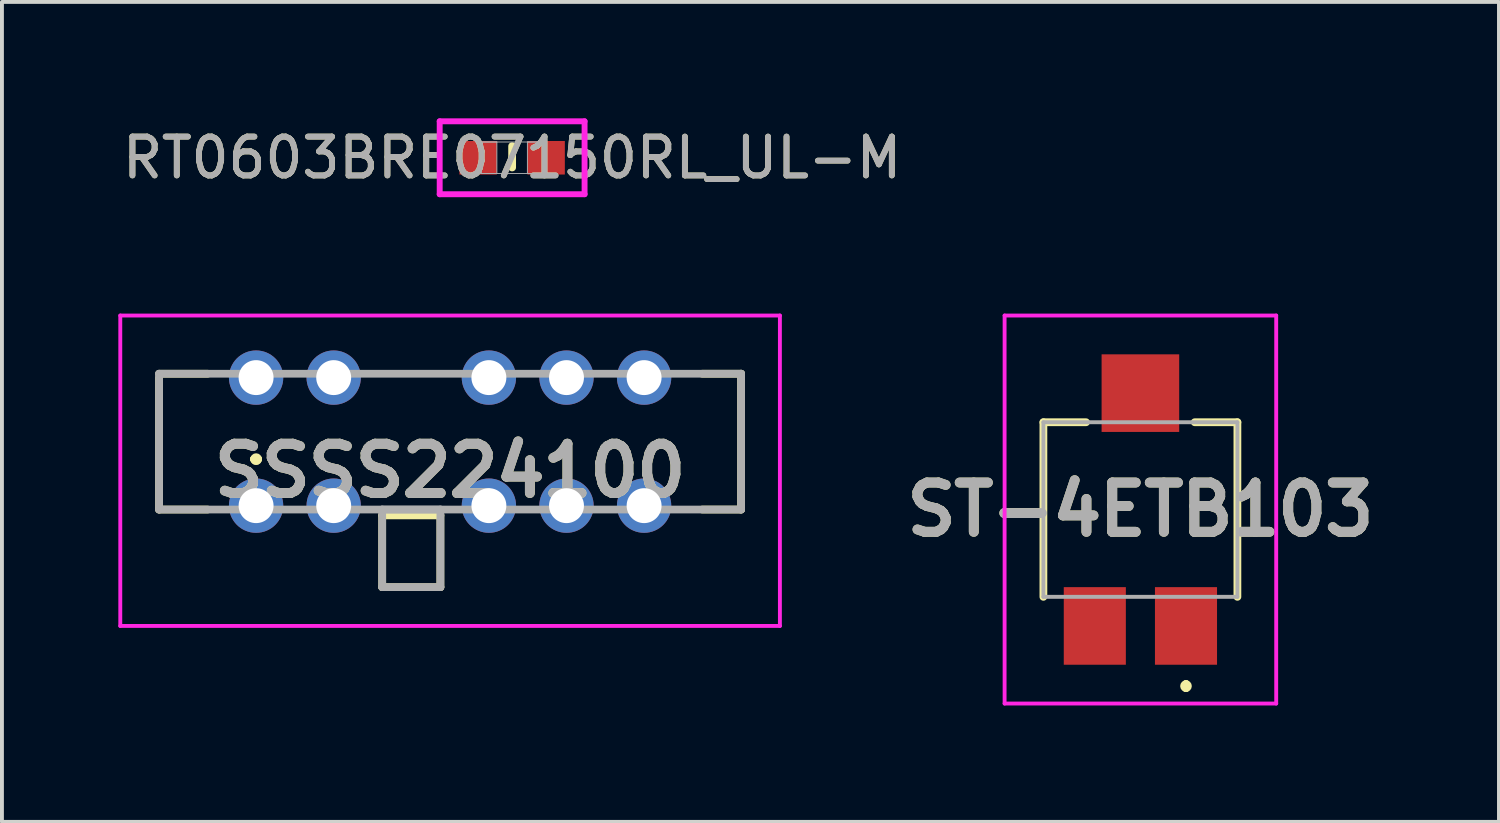
<source format=kicad_pcb>
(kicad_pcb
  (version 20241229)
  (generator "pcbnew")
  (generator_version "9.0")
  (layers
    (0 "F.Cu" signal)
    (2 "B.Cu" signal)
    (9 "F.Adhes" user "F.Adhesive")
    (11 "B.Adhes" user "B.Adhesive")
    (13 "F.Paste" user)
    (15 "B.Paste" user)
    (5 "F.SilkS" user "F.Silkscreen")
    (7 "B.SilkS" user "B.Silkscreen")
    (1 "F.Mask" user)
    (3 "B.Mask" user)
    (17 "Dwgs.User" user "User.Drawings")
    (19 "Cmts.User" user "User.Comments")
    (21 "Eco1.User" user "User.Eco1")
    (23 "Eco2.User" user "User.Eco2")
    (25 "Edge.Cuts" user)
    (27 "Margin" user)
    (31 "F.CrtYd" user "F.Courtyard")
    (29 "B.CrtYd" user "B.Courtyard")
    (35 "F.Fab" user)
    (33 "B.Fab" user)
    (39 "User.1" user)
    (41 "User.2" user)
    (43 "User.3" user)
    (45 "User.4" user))
  (footprint "SSSS224100"
    (layer "F.Cu")
    (at 8.55 10.082)
    (property "Reference" "SSSS224100" (at 0 -1 0) (layer "F.SilkS") (effects (font (size 1.27 1.27) (thickness 0.254))))
    (attr through_hole)
    (fp_line (start -7.5 -3.5) (end -7.5 -3.5) (stroke (width 0.1) (type solid)) (layer "F.SilkS"))
    (fp_line (start -7.5 -3.5) (end -6.25 -3.5) (stroke (width 0.2) (type solid)) (layer "F.SilkS"))
    (fp_line (start -7.5 -3.4) (end -7.5 -3.4) (stroke (width 0.1) (type solid)) (layer "F.SilkS"))
    (fp_line (start -7.5 -3.4) (end -7.5 0) (stroke (width 0.2) (type solid)) (layer "F.SilkS"))
    (fp_line (start -7.5 0) (end -7.5 -3.4) (stroke (width 0.1) (type solid)) (layer "F.SilkS"))
    (fp_line (start -7.5 0) (end -7.5 0) (stroke (width 0.1) (type solid)) (layer "F.SilkS"))
    (fp_line (start -7.5 0) (end -7.5 0) (stroke (width 0.1) (type solid)) (layer "F.SilkS"))
    (fp_line (start -7.5 0) (end -6.25 0) (stroke (width 0.2) (type solid)) (layer "F.SilkS"))
    (fp_line (start -6.25 -3.5) (end -7.5 -3.5) (stroke (width 0.1) (type solid)) (layer "F.SilkS"))
    (fp_line (start -6.25 -3.5) (end -6.25 -3.5) (stroke (width 0.1) (type solid)) (layer "F.SilkS"))
    (fp_line (start -6.25 0) (end -7.5 0) (stroke (width 0.1) (type solid)) (layer "F.SilkS"))
    (fp_line (start -6.25 0) (end -6.25 0) (stroke (width 0.1) (type solid)) (layer "F.SilkS"))
    (fp_line (start -5.05 -1.3) (end -5.05 -1.3) (stroke (width 0.2) (type solid)) (layer "F.SilkS"))
    (fp_line (start -5.05 -1.3) (end -5.05 -1.3) (stroke (width 0.2) (type solid)) (layer "F.SilkS"))
    (fp_line (start -4.95 -1.3) (end -4.95 -1.3) (stroke (width 0.2) (type solid)) (layer "F.SilkS"))
    (fp_line (start -1.75 0.15) (end -0.25 0.15) (stroke (width 0.2) (type solid)) (layer "F.SilkS"))
    (fp_line (start -1.75 2) (end -1.75 0.15) (stroke (width 0.2) (type solid)) (layer "F.SilkS"))
    (fp_line (start -0.25 0.15) (end -0.25 2) (stroke (width 0.2) (type solid)) (layer "F.SilkS"))
    (fp_line (start -0.25 2) (end -1.75 2) (stroke (width 0.2) (type solid)) (layer "F.SilkS"))
    (fp_line (start 6.5 -3.5) (end 6.5 -3.5) (stroke (width 0.1) (type solid)) (layer "F.SilkS"))
    (fp_line (start 6.5 -3.5) (end 7.5 -3.5) (stroke (width 0.2) (type solid)) (layer "F.SilkS"))
    (fp_line (start 6.5 0) (end 6.5 0) (stroke (width 0.1) (type solid)) (layer "F.SilkS"))
    (fp_line (start 6.5 0) (end 7.5 0) (stroke (width 0.2) (type solid)) (layer "F.SilkS"))
    (fp_line (start 7.5 -3.5) (end 6.5 -3.5) (stroke (width 0.1) (type solid)) (layer "F.SilkS"))
    (fp_line (start 7.5 -3.5) (end 7.5 -3.5) (stroke (width 0.1) (type solid)) (layer "F.SilkS"))
    (fp_line (start 7.5 -3.5) (end 7.5 -3.5) (stroke (width 0.1) (type solid)) (layer "F.SilkS"))
    (fp_line (start 7.5 -3.5) (end 7.5 0) (stroke (width 0.2) (type solid)) (layer "F.SilkS"))
    (fp_line (start 7.5 0) (end 6.5 0) (stroke (width 0.1) (type solid)) (layer "F.SilkS"))
    (fp_line (start 7.5 0) (end 7.5 -3.5) (stroke (width 0.1) (type solid)) (layer "F.SilkS"))
    (fp_line (start 7.5 0) (end 7.5 0) (stroke (width 0.1) (type solid)) (layer "F.SilkS"))
    (fp_line (start 7.5 0) (end 7.5 0) (stroke (width 0.1) (type solid)) (layer "F.SilkS"))
    (fp_arc (start -5.05 -1.3) (mid -5 -1.35) (end -4.95 -1.3) (stroke (width 0.2) (type solid)) (layer "F.SilkS"))
    (fp_arc (start -4.95 -1.3) (mid -5 -1.25) (end -5.05 -1.3) (stroke (width 0.2) (type solid)) (layer "F.SilkS"))
    (fp_arc (start -4.95 -1.3) (mid -5 -1.25) (end -5.05 -1.3) (stroke (width 0.2) (type solid)) (layer "F.SilkS"))
    (fp_line (start -8.5 -5) (end 8.5 -5) (stroke (width 0.1) (type solid)) (layer "F.CrtYd"))
    (fp_line (start -8.5 3) (end -8.5 -5) (stroke (width 0.1) (type solid)) (layer "F.CrtYd"))
    (fp_line (start 8.5 -5) (end 8.5 3) (stroke (width 0.1) (type solid)) (layer "F.CrtYd"))
    (fp_line (start 8.5 3) (end -8.5 3) (stroke (width 0.1) (type solid)) (layer "F.CrtYd"))
    (fp_line (start -7.5 -3.5) (end 7.5 -3.5) (stroke (width 0.2) (type solid)) (layer "F.Fab"))
    (fp_line (start -7.5 0) (end -7.5 -3.5) (stroke (width 0.2) (type solid)) (layer "F.Fab"))
    (fp_line (start -1.75 0) (end -0.25 0) (stroke (width 0.2) (type solid)) (layer "F.Fab"))
    (fp_line (start -1.75 2) (end -1.75 0) (stroke (width 0.2) (type solid)) (layer "F.Fab"))
    (fp_line (start -0.25 0) (end -0.25 2) (stroke (width 0.2) (type solid)) (layer "F.Fab"))
    (fp_line (start -0.25 2) (end -1.75 2) (stroke (width 0.2) (type solid)) (layer "F.Fab"))
    (fp_line (start 7.5 -3.5) (end 7.5 0) (stroke (width 0.2) (type solid)) (layer "F.Fab"))
    (fp_line (start 7.5 0) (end -7.5 0) (stroke (width 0.2) (type solid)) (layer "F.Fab"))
    (fp_text user "${REFERENCE}" (at 0 -1 0) (layer "F.Fab") (effects (font (size 1.27 1.27) (thickness 0.254))))
    (pad "1" thru_hole circle (at -5 -0.1) (size 1.4 1.4) (drill 0.9) (layers "*.Cu" "*.Mask"))
    (pad "2" thru_hole circle (at -3 -0.1) (size 1.4 1.4) (drill 0.9) (layers "*.Cu" "*.Mask"))
    (pad "3" thru_hole circle (at 1 -0.1) (size 1.4 1.4) (drill 0.9) (layers "*.Cu" "*.Mask"))
    (pad "4" thru_hole circle (at 3 -0.1) (size 1.4 1.4) (drill 0.9) (layers "*.Cu" "*.Mask"))
    (pad "5" thru_hole circle (at 5 -0.1) (size 1.4 1.4) (drill 0.9) (layers "*.Cu" "*.Mask"))
    (pad "6" thru_hole circle (at 5 -3.4) (size 1.4 1.4) (drill 0.9) (layers "*.Cu" "*.Mask"))
    (pad "7" thru_hole circle (at 3 -3.4) (size 1.4 1.4) (drill 0.9) (layers "*.Cu" "*.Mask"))
    (pad "8" thru_hole circle (at 1 -3.4) (size 1.4 1.4) (drill 0.9) (layers "*.Cu" "*.Mask"))
    (pad "9" thru_hole circle (at -3 -3.4) (size 1.4 1.4) (drill 0.9) (layers "*.Cu" "*.Mask"))
    (pad "10" thru_hole circle (at -5 -3.4) (size 1.4 1.4) (drill 0.9) (layers "*.Cu" "*.Mask")))
  (footprint "ST-4ETB103"
    (layer "F.Cu")
    (at 26.341 10.082)
    (property "Reference" "ST-4ETB103" (at 0 0 0) (layer "F.SilkS") (effects (font (size 1.27 1.27) (thickness 0.254))))
    (attr smd)
    (fp_line (start -2.5 -2.25) (end -2.5 2.25) (stroke (width 0.2) (type solid)) (layer "F.SilkS"))
    (fp_line (start -1.4 -2.25) (end -2.5 -2.25) (stroke (width 0.2) (type solid)) (layer "F.SilkS"))
    (fp_line (start 1.175 4.5) (end 1.175 4.5) (stroke (width 0.2) (type solid)) (layer "F.SilkS"))
    (fp_line (start 1.175 4.5) (end 1.175 4.6) (stroke (width 0.2) (type solid)) (layer "F.SilkS"))
    (fp_line (start 1.175 4.6) (end 1.175 4.6) (stroke (width 0.2) (type solid)) (layer "F.SilkS"))
    (fp_line (start 1.4 -2.25) (end 2.5 -2.25) (stroke (width 0.2) (type solid)) (layer "F.SilkS"))
    (fp_line (start 2.5 -2.25) (end 2.5 2.25) (stroke (width 0.2) (type solid)) (layer "F.SilkS"))
    (fp_arc (start 1.175 4.5) (mid 1.225 4.55) (end 1.175 4.6) (stroke (width 0.2) (type solid)) (layer "F.SilkS"))
    (fp_arc (start 1.175 4.6) (mid 1.125 4.55) (end 1.175 4.5) (stroke (width 0.2) (type solid)) (layer "F.SilkS"))
    (fp_line (start -3.5 -5) (end -3.5 5) (stroke (width 0.1) (type solid)) (layer "F.CrtYd"))
    (fp_line (start -3.5 5) (end 3.5 5) (stroke (width 0.1) (type solid)) (layer "F.CrtYd"))
    (fp_line (start 3.5 -5) (end -3.5 -5) (stroke (width 0.1) (type solid)) (layer "F.CrtYd"))
    (fp_line (start 3.5 5) (end 3.5 -5) (stroke (width 0.1) (type solid)) (layer "F.CrtYd"))
    (fp_line (start -2.5 -2.25) (end -2.5 2.25) (stroke (width 0.1) (type solid)) (layer "F.Fab"))
    (fp_line (start -2.5 2.25) (end 2.5 2.25) (stroke (width 0.1) (type solid)) (layer "F.Fab"))
    (fp_line (start 2.5 -2.25) (end -2.5 -2.25) (stroke (width 0.1) (type solid)) (layer "F.Fab"))
    (fp_line (start 2.5 2.25) (end 2.5 -2.25) (stroke (width 0.1) (type solid)) (layer "F.Fab"))
    (fp_text user "${REFERENCE}" (at 0 0 0) (layer "F.Fab") (effects (font (size 1.27 1.27) (thickness 0.254))))
    (pad "1" smd rect (at 1.175 3) (size 1.6 2) (layers "F.Cu" "F.Mask" "F.Paste"))
    (pad "2" smd rect (at 0 -3) (size 2 2) (layers "F.Cu" "F.Mask" "F.Paste"))
    (pad "3" smd rect (at -1.175 3) (size 1.6 2) (layers "F.Cu" "F.Mask" "F.Paste")))
  (footprint "RT0603BRE07150RL_UL-M"
    (layer "F.Cu")
    (at 10.149 1.016)
    (property "Reference" "RT0603BRE07150RL_UL-M" (at 0 0 0) (unlocked yes) (layer "F.SilkS") (effects (font (size 1 1) (thickness 0.15))))
    (attr smd)
    (fp_line (start 0 -0.3) (end 0 0.25) (stroke (width 0.2) (type default)) (layer "F.SilkS"))
    (fp_line (start -1.867 -0.94) (end 1.867 -0.94) (stroke (width 0.152) (type solid)) (layer "F.CrtYd"))
    (fp_line (start -1.867 0.94) (end -1.867 -0.94) (stroke (width 0.152) (type solid)) (layer "F.CrtYd"))
    (fp_line (start 1.867 -0.94) (end 1.867 0.94) (stroke (width 0.152) (type solid)) (layer "F.CrtYd"))
    (fp_line (start 1.867 0.94) (end -1.867 0.94) (stroke (width 0.152) (type solid)) (layer "F.CrtYd"))
    (fp_line (start -0.8 -0.406) (end -0.8 0.406) (stroke (width 0.025) (type solid)) (layer "F.Fab"))
    (fp_line (start -0.8 -0.406) (end -0.8 0.406) (stroke (width 0.025) (type solid)) (layer "F.Fab"))
    (fp_line (start -0.8 0.406) (end -0.394 0.406) (stroke (width 0.025) (type solid)) (layer "F.Fab"))
    (fp_line (start -0.8 0.406) (end 0.8 0.406) (stroke (width 0.025) (type solid)) (layer "F.Fab"))
    (fp_line (start -0.394 -0.406) (end -0.8 -0.406) (stroke (width 0.025) (type solid)) (layer "F.Fab"))
    (fp_line (start -0.394 0.406) (end -0.394 -0.406) (stroke (width 0.025) (type solid)) (layer "F.Fab"))
    (fp_line (start 0.394 -0.406) (end 0.394 0.406) (stroke (width 0.025) (type solid)) (layer "F.Fab"))
    (fp_line (start 0.394 0.406) (end 0.8 0.406) (stroke (width 0.025) (type solid)) (layer "F.Fab"))
    (fp_line (start 0.8 -0.406) (end -0.8 -0.406) (stroke (width 0.025) (type solid)) (layer "F.Fab"))
    (fp_line (start 0.8 -0.406) (end 0.394 -0.406) (stroke (width 0.025) (type solid)) (layer "F.Fab"))
    (fp_line (start 0.8 0.406) (end 0.8 -0.406) (stroke (width 0.025) (type solid)) (layer "F.Fab"))
    (fp_line (start 0.8 0.406) (end 0.8 -0.406) (stroke (width 0.025) (type solid)) (layer "F.Fab"))
    (fp_text user "${REFERENCE}" (at 0 0 0) (unlocked yes) (layer "F.Fab") (effects (font (size 1 1) (thickness 0.15))))
    (pad "1" smd rect (at -0.876 0) (size 0.965 0.864) (layers "F.Cu" "F.Mask" "F.Paste"))
    (pad "2" smd rect (at 0.876 0) (size 0.965 0.864) (layers "F.Cu" "F.Mask" "F.Paste"))
    (zone (net_name "") (layer "F.Cu") (hatch full 0.508) (connect_pads) (min_thickness 0.254) (filled_areas_thickness no) (keepout (tracks not_allowed) (vias not_allowed) (pads allowed) (copperpour not_allowed) (footprints allowed)) (placement (enabled no)) (fill) (polygon (pts (xy 9.806 0.66) (xy 10.492 0.66) (xy 10.492 1.372) (xy 9.806 1.372)))))
  (gr_rect
    (start -3 -3)
    (end 35.582 18.132)
    (stroke (width 0.1) (type default))
    (fill no)
    (layer "Edge.Cuts")))
</source>
